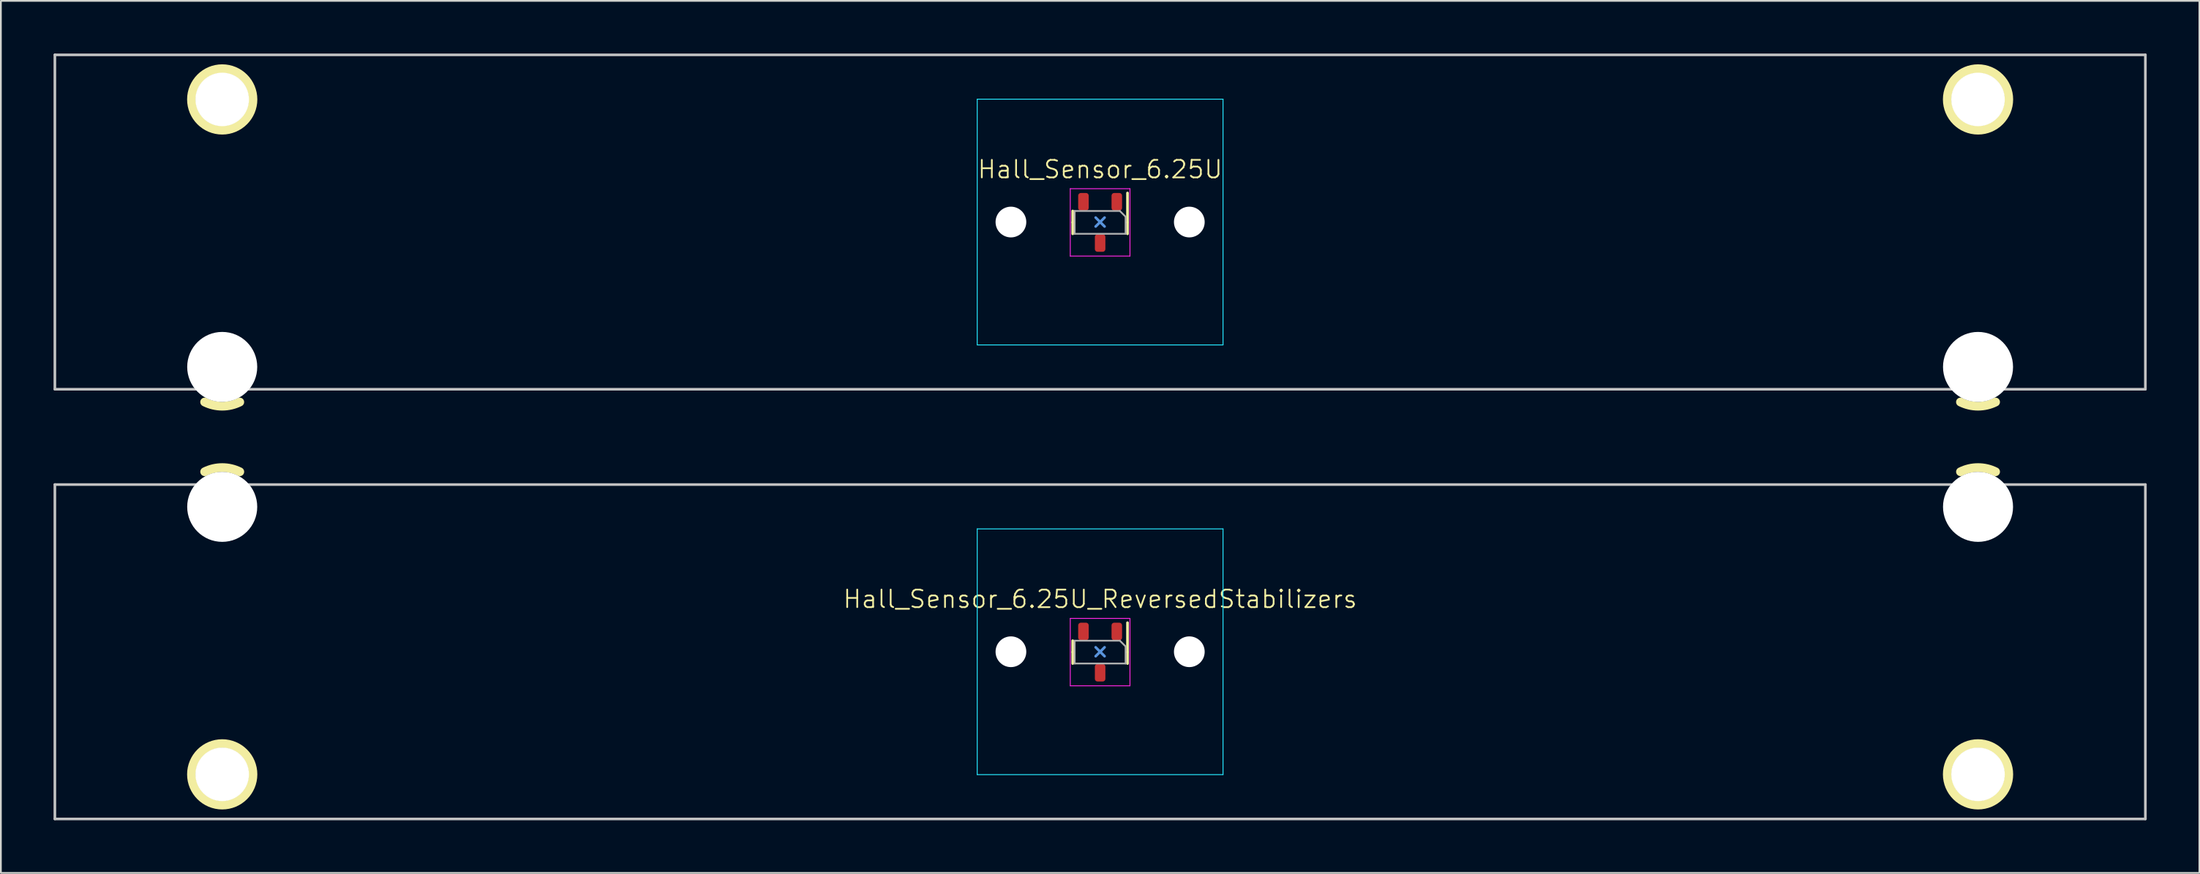
<source format=kicad_pcb>
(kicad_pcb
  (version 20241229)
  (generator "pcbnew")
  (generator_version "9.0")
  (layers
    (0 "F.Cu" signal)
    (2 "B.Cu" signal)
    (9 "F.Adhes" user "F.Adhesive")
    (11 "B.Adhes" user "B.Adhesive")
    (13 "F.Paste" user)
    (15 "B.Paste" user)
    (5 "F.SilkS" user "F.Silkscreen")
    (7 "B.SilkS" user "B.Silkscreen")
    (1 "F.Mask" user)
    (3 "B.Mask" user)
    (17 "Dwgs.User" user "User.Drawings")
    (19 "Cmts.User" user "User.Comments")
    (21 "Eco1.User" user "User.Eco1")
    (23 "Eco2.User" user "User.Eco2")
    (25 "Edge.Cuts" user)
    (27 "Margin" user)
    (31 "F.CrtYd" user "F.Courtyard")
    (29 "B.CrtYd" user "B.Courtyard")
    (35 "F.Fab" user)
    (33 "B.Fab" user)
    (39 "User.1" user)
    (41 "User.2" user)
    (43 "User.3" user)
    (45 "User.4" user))
  (footprint "Hall_Sensor_6.25U"
    (layer "F.Cu")
    (at 59.606 9.6)
    (property "Reference" "Hall_Sensor_6.25U" (at 0 -3 0) (unlocked yes) (layer "F.SilkS") (effects (font (size 1 1) (thickness 0.1))))
    (attr smd)
    (fp_line (start -1.56 -0.63) (end -1.56 0.02) (stroke (width 0.153) (type solid)) (layer "F.SilkS"))
    (fp_line (start -1.56 0.67) (end -1.56 0.02) (stroke (width 0.153) (type solid)) (layer "F.SilkS"))
    (fp_line (start 1.56 -1.655) (end 1.56 0.02) (stroke (width 0.153) (type solid)) (layer "F.SilkS"))
    (fp_line (start 1.56 0.67) (end 1.56 0.02) (stroke (width 0.153) (type solid)) (layer "F.SilkS"))
    (fp_arc (start -49.000951 10.255525) (mid -50.000487 10.491068) (end -50.9999 10.255) (stroke (width 0.5) (type solid)) (layer "F.SilkS"))
    (fp_arc (start 50.998849 10.255525) (mid 49.999313 10.491068) (end 48.9999 10.255) (stroke (width 0.5) (type solid)) (layer "F.SilkS"))
    (fp_circle (center -50 -6.985) (end -51.75 -6.985) (stroke (width 0.5) (type solid)) (fill no) (layer "F.SilkS"))
    (fp_circle (center 50 -6.985) (end 48.25 -6.985) (stroke (width 0.5) (type solid)) (fill no) (layer "F.SilkS"))
    (fp_line (start -59.531 -9.525) (end 59.531 -9.525) (stroke (width 0.15) (type solid)) (layer "Dwgs.User"))
    (fp_line (start -59.531 9.525) (end -59.531 -9.525) (stroke (width 0.15) (type solid)) (layer "Dwgs.User"))
    (fp_line (start -59.531 9.525) (end 59.531 9.525) (stroke (width 0.15) (type solid)) (layer "Dwgs.User"))
    (fp_line (start 59.531 -9.525) (end 59.531 9.525) (stroke (width 0.15) (type solid)) (layer "Dwgs.User"))
    (fp_line (start 0.254 -0.254) (end -0.254 0.254) (stroke (width 0.15) (type default)) (layer "Cmts.User"))
    (fp_line (start 0.254 0.254) (end -0.254 -0.254) (stroke (width 0.15) (type default)) (layer "Cmts.User"))
    (fp_line (start -7 -6.5) (end -7 6.5) (stroke (width 0.15) (type solid)) (layer "Eco2.User"))
    (fp_line (start -6.5 7) (end 6.5 7) (stroke (width 0.15) (type solid)) (layer "Eco2.User"))
    (fp_line (start 6.5 -7) (end -6.5 -7) (stroke (width 0.15) (type solid)) (layer "Eco2.User"))
    (fp_line (start 7 6.5) (end 7 -6.5) (stroke (width 0.15) (type solid)) (layer "Eco2.User"))
    (fp_arc (start -7 -6.500001) (mid -6.853553 -6.853553) (end -6.500001 -7) (stroke (width 0.15) (type solid)) (layer "Eco2.User"))
    (fp_arc (start -6.500001 7) (mid -6.853553 6.853553) (end -7 6.500001) (stroke (width 0.15) (type solid)) (layer "Eco2.User"))
    (fp_arc (start 6.500001 -7) (mid 6.853553 -6.853553) (end 7 -6.500001) (stroke (width 0.15) (type solid)) (layer "Eco2.User"))
    (fp_arc (start 6.997236 6.498884) (mid 6.850791 6.852425) (end 6.497236 6.998884) (stroke (width 0.15) (type solid)) (layer "Eco2.User"))
    (fp_line (start -7 -7) (end -7 7) (stroke (width 0.05) (type solid)) (layer "B.CrtYd"))
    (fp_line (start -7 7) (end 7 7) (stroke (width 0.05) (type solid)) (layer "B.CrtYd"))
    (fp_line (start 7 -7) (end -7 -7) (stroke (width 0.05) (type solid)) (layer "B.CrtYd"))
    (fp_line (start 7 7) (end 7 -7) (stroke (width 0.05) (type solid)) (layer "B.CrtYd"))
    (fp_line (start -1.7 -1.9) (end 1.7 -1.9) (stroke (width 0.05) (type solid)) (layer "F.CrtYd"))
    (fp_line (start -1.7 1.94) (end -1.7 -1.9) (stroke (width 0.05) (type solid)) (layer "F.CrtYd"))
    (fp_line (start 1.7 -1.9) (end 1.7 1.94) (stroke (width 0.05) (type solid)) (layer "F.CrtYd"))
    (fp_line (start 1.7 1.94) (end -1.7 1.94) (stroke (width 0.05) (type solid)) (layer "F.CrtYd"))
    (fp_line (start -1.45 -0.63) (end -1.45 0.67) (stroke (width 0.1) (type solid)) (layer "F.Fab"))
    (fp_line (start -1.45 0.67) (end 1.45 0.67) (stroke (width 0.1) (type solid)) (layer "F.Fab"))
    (fp_line (start 1.125 -0.63) (end -1.45 -0.63) (stroke (width 0.1) (type solid)) (layer "F.Fab"))
    (fp_line (start 1.45 -0.305) (end 1.125 -0.63) (stroke (width 0.1) (type solid)) (layer "F.Fab"))
    (fp_line (start 1.45 0.67) (end 1.45 -0.305) (stroke (width 0.1) (type solid)) (layer "F.Fab"))
    (pad "" np_thru_hole circle (at -50 -6.985) (size 3.048 3.048) (drill 3.048) (layers "*.Cu" "*.Mask"))
    (pad "" np_thru_hole circle (at -50 8.255) (size 3.988 3.988) (drill 3.988) (layers "*.Cu" "*.Mask"))
    (pad "" np_thru_hole circle (at -5.08 0) (size 1.75 1.75) (drill 1.75) (layers "*.Cu" "*.Mask"))
    (pad "" np_thru_hole circle (at 5.08 0) (size 1.75 1.75) (drill 1.75) (layers "*.Cu" "*.Mask"))
    (pad "" np_thru_hole circle (at 50 -6.985) (size 3.048 3.048) (drill 3.048) (layers "*.Cu" "*.Mask"))
    (pad "" np_thru_hole circle (at 50 8.255) (size 3.988 3.988) (drill 3.988) (layers "*.Cu" "*.Mask"))
    (pad "1" smd roundrect (at 0.95 -1.155 270) (size 1 0.6) (layers "F.Cu" "F.Mask" "F.Paste") (roundrect_rratio 0.25))
    (pad "2" smd roundrect (at 0 1.195 270) (size 1 0.6) (layers "F.Cu" "F.Mask" "F.Paste") (roundrect_rratio 0.25))
    (pad "3" smd roundrect (at -0.95 -1.155 270) (size 1 0.6) (layers "F.Cu" "F.Mask" "F.Paste") (roundrect_rratio 0.25))
    (zone (net_name "") (layers "F.Cu" "B.Cu") (hatch edge 0.5) (connect_pads) (min_thickness 0.25) (filled_areas_thickness no) (keepout (tracks allowed) (vias allowed) (pads allowed) (copperpour not_allowed) (footprints allowed)) (placement (enabled no)) (fill) (polygon (pts (xy 61.356 9.6) (xy 61.337 9.339) (xy 61.279 9.084) (xy 61.183 8.841) (xy 61.052 8.614) (xy 60.889 8.41) (xy 60.697 8.232) (xy 60.481 8.084) (xy 60.246 7.971) (xy 59.996 7.894) (xy 59.737 7.855) (xy 59.475 7.855) (xy 59.217 7.894) (xy 58.967 7.971) (xy 58.731 8.084) (xy 58.515 8.232) (xy 58.323 8.41) (xy 58.16 8.614) (xy 58.03 8.841) (xy 57.934 9.084) (xy 57.876 9.339) (xy 57.856 9.6) (xy 57.876 9.861) (xy 57.934 10.116) (xy 58.03 10.359) (xy 58.16 10.586) (xy 58.323 10.79) (xy 58.515 10.968) (xy 58.731 11.116) (xy 58.967 11.229) (xy 59.217 11.306) (xy 59.475 11.345) (xy 59.737 11.345) (xy 59.996 11.306) (xy 60.246 11.229) (xy 60.481 11.116) (xy 60.697 10.968) (xy 60.889 10.79) (xy 61.052 10.586) (xy 61.183 10.359) (xy 61.279 10.116) (xy 61.337 9.861)))))
  (footprint "Hall_Sensor_6.25U_ReversedStabilizers"
    (layer "F.Cu")
    (at 59.606 34.082)
    (property "Reference" "Hall_Sensor_6.25U_ReversedStabilizers" (at 0 -3 0) (unlocked yes) (layer "F.SilkS") (effects (font (size 1 1) (thickness 0.1))))
    (attr smd)
    (fp_line (start -1.56 -0.63) (end -1.56 0.02) (stroke (width 0.153) (type solid)) (layer "F.SilkS"))
    (fp_line (start -1.56 0.67) (end -1.56 0.02) (stroke (width 0.153) (type solid)) (layer "F.SilkS"))
    (fp_line (start 1.56 -1.655) (end 1.56 0.02) (stroke (width 0.153) (type solid)) (layer "F.SilkS"))
    (fp_line (start 1.56 0.67) (end 1.56 0.02) (stroke (width 0.153) (type solid)) (layer "F.SilkS"))
    (fp_arc (start -50.998849 -10.255525) (mid -49.999313 -10.491068) (end -48.9999 -10.255) (stroke (width 0.5) (type solid)) (layer "F.SilkS"))
    (fp_arc (start 49.000951 -10.255525) (mid 50.000487 -10.491068) (end 50.9999 -10.255) (stroke (width 0.5) (type solid)) (layer "F.SilkS"))
    (fp_circle (center -50 6.985) (end -48.25 6.985) (stroke (width 0.5) (type solid)) (fill no) (layer "F.SilkS"))
    (fp_circle (center 50 6.985) (end 51.75 6.985) (stroke (width 0.5) (type solid)) (fill no) (layer "F.SilkS"))
    (fp_line (start -59.531 -9.525) (end 59.531 -9.525) (stroke (width 0.15) (type solid)) (layer "Dwgs.User"))
    (fp_line (start -59.531 9.525) (end -59.531 -9.525) (stroke (width 0.15) (type solid)) (layer "Dwgs.User"))
    (fp_line (start -59.531 9.525) (end 59.531 9.525) (stroke (width 0.15) (type solid)) (layer "Dwgs.User"))
    (fp_line (start 59.531 -9.525) (end 59.531 9.525) (stroke (width 0.15) (type solid)) (layer "Dwgs.User"))
    (fp_line (start 0.254 -0.254) (end -0.254 0.254) (stroke (width 0.15) (type default)) (layer "Cmts.User"))
    (fp_line (start 0.254 0.254) (end -0.254 -0.254) (stroke (width 0.15) (type default)) (layer "Cmts.User"))
    (fp_line (start -7 -6.5) (end -7 6.5) (stroke (width 0.15) (type solid)) (layer "Eco2.User"))
    (fp_line (start -6.5 7) (end 6.5 7) (stroke (width 0.15) (type solid)) (layer "Eco2.User"))
    (fp_line (start 6.5 -7) (end -6.5 -7) (stroke (width 0.15) (type solid)) (layer "Eco2.User"))
    (fp_line (start 7 6.5) (end 7 -6.5) (stroke (width 0.15) (type solid)) (layer "Eco2.User"))
    (fp_arc (start -7 -6.500001) (mid -6.853553 -6.853553) (end -6.500001 -7) (stroke (width 0.15) (type solid)) (layer "Eco2.User"))
    (fp_arc (start -6.500001 7) (mid -6.853553 6.853553) (end -7 6.500001) (stroke (width 0.15) (type solid)) (layer "Eco2.User"))
    (fp_arc (start 6.500001 -7) (mid 6.853553 -6.853553) (end 7 -6.500001) (stroke (width 0.15) (type solid)) (layer "Eco2.User"))
    (fp_arc (start 6.997236 6.498884) (mid 6.850791 6.852425) (end 6.497236 6.998884) (stroke (width 0.15) (type solid)) (layer "Eco2.User"))
    (fp_line (start -7 -7) (end -7 7) (stroke (width 0.05) (type solid)) (layer "B.CrtYd"))
    (fp_line (start -7 7) (end 7 7) (stroke (width 0.05) (type solid)) (layer "B.CrtYd"))
    (fp_line (start 7 -7) (end -7 -7) (stroke (width 0.05) (type solid)) (layer "B.CrtYd"))
    (fp_line (start 7 7) (end 7 -7) (stroke (width 0.05) (type solid)) (layer "B.CrtYd"))
    (fp_line (start -1.7 -1.9) (end 1.7 -1.9) (stroke (width 0.05) (type solid)) (layer "F.CrtYd"))
    (fp_line (start -1.7 1.94) (end -1.7 -1.9) (stroke (width 0.05) (type solid)) (layer "F.CrtYd"))
    (fp_line (start 1.7 -1.9) (end 1.7 1.94) (stroke (width 0.05) (type solid)) (layer "F.CrtYd"))
    (fp_line (start 1.7 1.94) (end -1.7 1.94) (stroke (width 0.05) (type solid)) (layer "F.CrtYd"))
    (fp_line (start -1.45 -0.63) (end -1.45 0.67) (stroke (width 0.1) (type solid)) (layer "F.Fab"))
    (fp_line (start -1.45 0.67) (end 1.45 0.67) (stroke (width 0.1) (type solid)) (layer "F.Fab"))
    (fp_line (start 1.125 -0.63) (end -1.45 -0.63) (stroke (width 0.1) (type solid)) (layer "F.Fab"))
    (fp_line (start 1.45 -0.305) (end 1.125 -0.63) (stroke (width 0.1) (type solid)) (layer "F.Fab"))
    (fp_line (start 1.45 0.67) (end 1.45 -0.305) (stroke (width 0.1) (type solid)) (layer "F.Fab"))
    (pad "" np_thru_hole circle (at -50 -8.255 180) (size 3.988 3.988) (drill 3.988) (layers "*.Cu" "*.Mask"))
    (pad "" np_thru_hole circle (at -50 6.985 180) (size 3.048 3.048) (drill 3.048) (layers "*.Cu" "*.Mask"))
    (pad "" np_thru_hole circle (at -5.08 0) (size 1.75 1.75) (drill 1.75) (layers "*.Cu" "*.Mask"))
    (pad "" np_thru_hole circle (at 5.08 0) (size 1.75 1.75) (drill 1.75) (layers "*.Cu" "*.Mask"))
    (pad "" np_thru_hole circle (at 50 -8.255 180) (size 3.988 3.988) (drill 3.988) (layers "*.Cu" "*.Mask"))
    (pad "" np_thru_hole circle (at 50 6.985 180) (size 3.048 3.048) (drill 3.048) (layers "*.Cu" "*.Mask"))
    (pad "1" smd roundrect (at 0.95 -1.155 270) (size 1 0.6) (layers "F.Cu" "F.Mask" "F.Paste") (roundrect_rratio 0.25))
    (pad "2" smd roundrect (at 0 1.195 270) (size 1 0.6) (layers "F.Cu" "F.Mask" "F.Paste") (roundrect_rratio 0.25))
    (pad "3" smd roundrect (at -0.95 -1.155 270) (size 1 0.6) (layers "F.Cu" "F.Mask" "F.Paste") (roundrect_rratio 0.25))
    (zone (net_name "") (layers "F.Cu" "B.Cu") (hatch edge 0.5) (connect_pads) (min_thickness 0.25) (filled_areas_thickness no) (keepout (tracks allowed) (vias allowed) (pads allowed) (copperpour not_allowed) (footprints allowed)) (placement (enabled no)) (fill) (polygon (pts (xy 61.356 34.082) (xy 61.337 33.821) (xy 61.279 33.566) (xy 61.183 33.323) (xy 61.052 33.096) (xy 60.889 32.892) (xy 60.697 32.714) (xy 60.481 32.567) (xy 60.246 32.453) (xy 59.996 32.376) (xy 59.737 32.337) (xy 59.475 32.337) (xy 59.217 32.376) (xy 58.967 32.453) (xy 58.731 32.567) (xy 58.515 32.714) (xy 58.323 32.892) (xy 58.16 33.096) (xy 58.03 33.323) (xy 57.934 33.566) (xy 57.876 33.821) (xy 57.856 34.082) (xy 57.876 34.343) (xy 57.934 34.598) (xy 58.03 34.841) (xy 58.16 35.068) (xy 58.323 35.272) (xy 58.515 35.45) (xy 58.731 35.598) (xy 58.967 35.711) (xy 59.217 35.788) (xy 59.475 35.827) (xy 59.737 35.827) (xy 59.996 35.788) (xy 60.246 35.711) (xy 60.481 35.598) (xy 60.697 35.45) (xy 60.889 35.272) (xy 61.052 35.068) (xy 61.183 34.841) (xy 61.279 34.598) (xy 61.337 34.343)))))
  (gr_rect
    (start -3 -3)
    (end 122.213 46.682)
    (stroke (width 0.1) (type default))
    (fill no)
    (layer "Edge.Cuts")))
</source>
